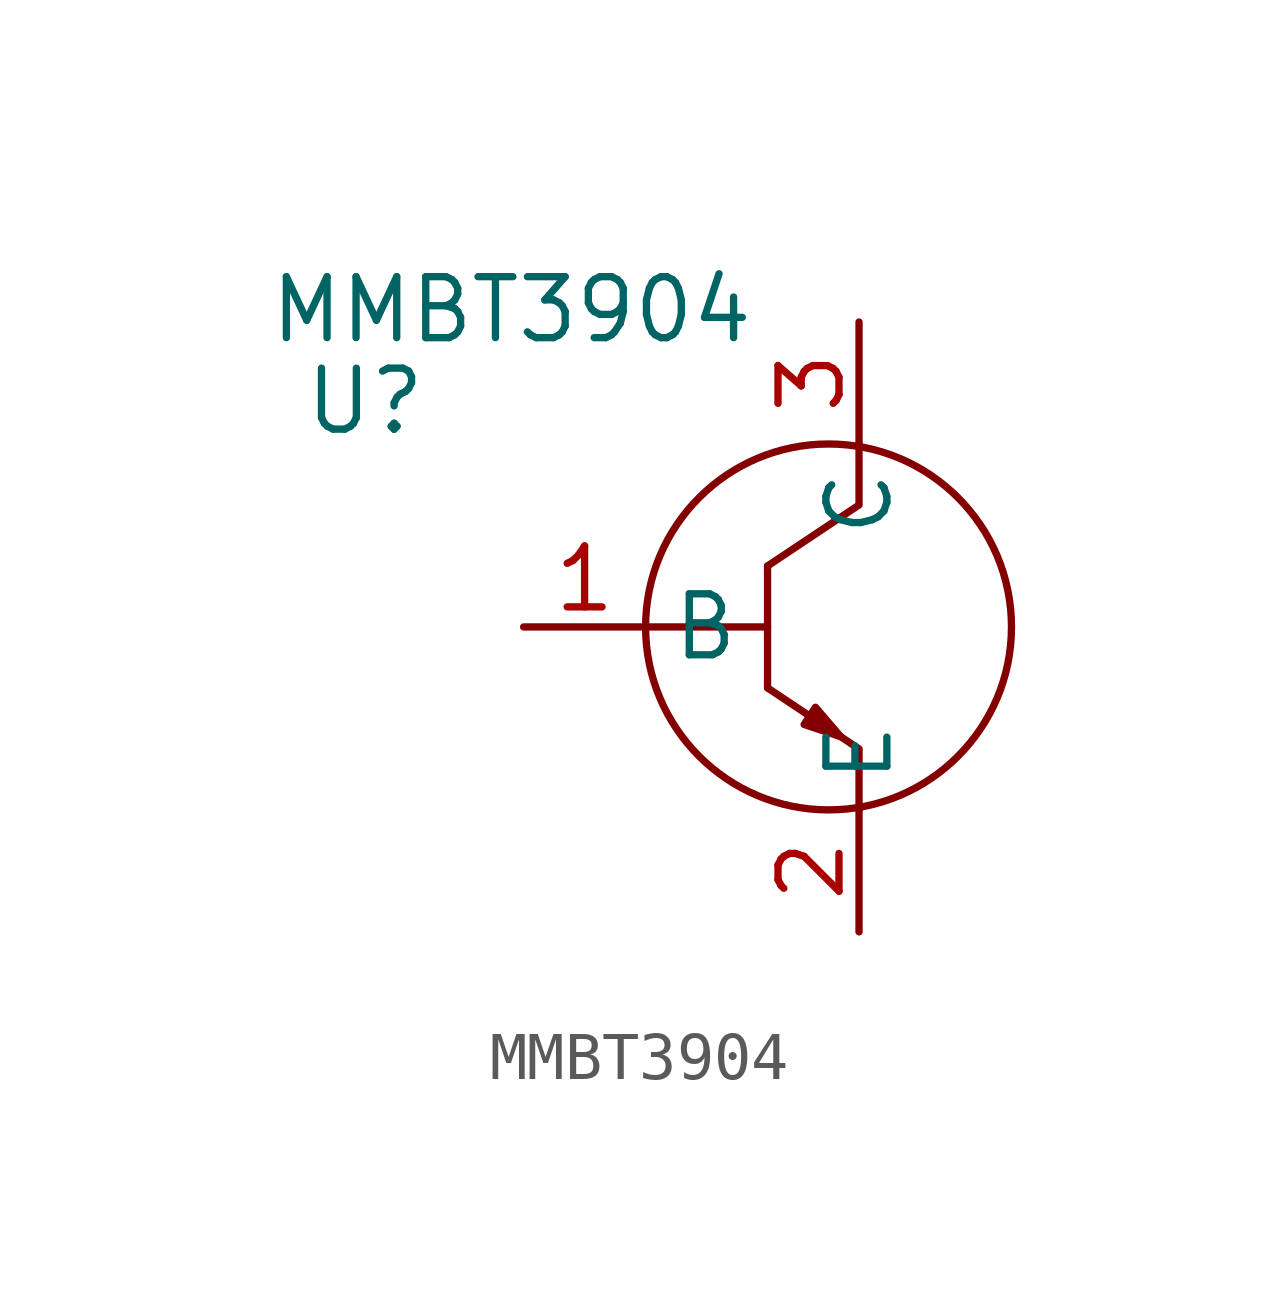
<source format=kicad_sym>
(kicad_symbol_lib
  (version 20211014)
  (generator kicad_symbol_editor)
  (symbol "MMBT3904"
    (property "Reference" "U"
      (at -9.652 4.699 0)
      (effects (font (size 1.27 1.27))))
    (property "Value" "MMBT3904"
      (at -6.604 6.604 0)
      (effects (font (size 1.27 1.27))))
    (symbol "MMBT3904_0_1"
      (polyline (pts (xy -1.27 0) (xy -3.81 0)) (stroke (width 0) (type default) (color 0 0 0 0)) (fill (type none)))
      (polyline (pts (xy -1.27 1.27) (xy -1.27 -1.27)) (stroke (width 0) (type default) (color 0 0 0 0)) (fill (type none)))
      (polyline (pts (xy -1.27 -1.27) (xy 0.635 -2.54) (xy 0.635 -3.81)) (stroke (width 0) (type default) (color 0 0 0 0)) (fill (type none)))
      (polyline (pts (xy -1.27 1.27) (xy 0.635 2.54) (xy 0.635 3.81)) (stroke (width 0) (type default) (color 0 0 0 0)) (fill (type none)))
      (polyline (pts (xy 0.254 -2.286) (xy -0.508 -2.032) (xy -0.272 -1.673) (xy 0.254 -2.286)) (stroke (width 0) (type default) (color 0 0 0 0)) (fill (type outline)))
      (circle (center 0 0) (radius 3.81) (stroke (width 0) (type default) (color 0 0 0 0)) (fill (type none))))
    (symbol "MMBT3904_1_1"
      (pin bidirectional line (at -6.35 0 0) (length 2.54) (name "B" (effects (font (size 1.27 1.27)))) (number "1" (effects (font (size 1.27 1.27)))))
      (pin bidirectional line (at 0.635 -6.35 90) (length 2.54) (name "E" (effects (font (size 1.27 1.27)))) (number "2" (effects (font (size 1.27 1.27)))))
      (pin bidirectional line (at 0.635 6.35 270) (length 2.54) (name "C" (effects (font (size 1.27 1.27)))) (number "3" (effects (font (size 1.27 1.27))))))))
</source>
